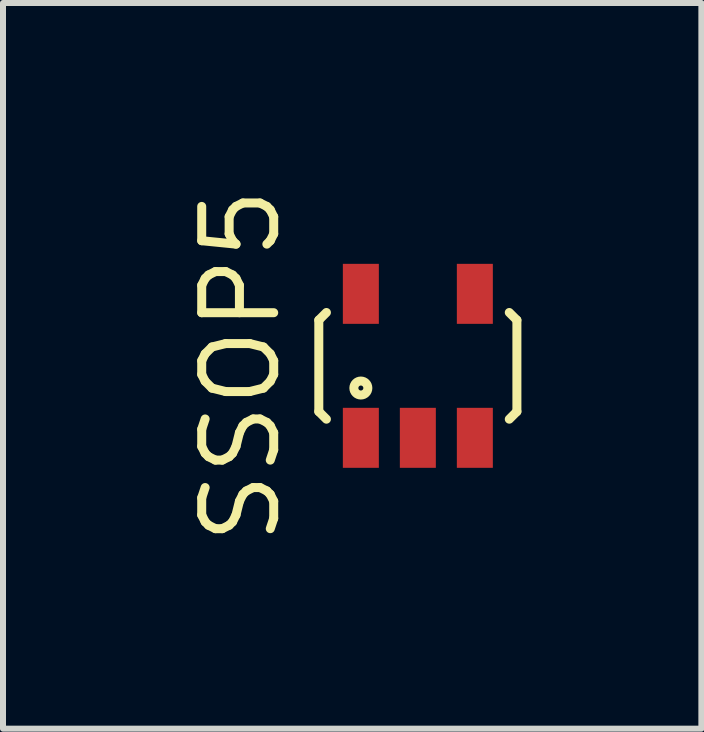
<source format=kicad_pcb>
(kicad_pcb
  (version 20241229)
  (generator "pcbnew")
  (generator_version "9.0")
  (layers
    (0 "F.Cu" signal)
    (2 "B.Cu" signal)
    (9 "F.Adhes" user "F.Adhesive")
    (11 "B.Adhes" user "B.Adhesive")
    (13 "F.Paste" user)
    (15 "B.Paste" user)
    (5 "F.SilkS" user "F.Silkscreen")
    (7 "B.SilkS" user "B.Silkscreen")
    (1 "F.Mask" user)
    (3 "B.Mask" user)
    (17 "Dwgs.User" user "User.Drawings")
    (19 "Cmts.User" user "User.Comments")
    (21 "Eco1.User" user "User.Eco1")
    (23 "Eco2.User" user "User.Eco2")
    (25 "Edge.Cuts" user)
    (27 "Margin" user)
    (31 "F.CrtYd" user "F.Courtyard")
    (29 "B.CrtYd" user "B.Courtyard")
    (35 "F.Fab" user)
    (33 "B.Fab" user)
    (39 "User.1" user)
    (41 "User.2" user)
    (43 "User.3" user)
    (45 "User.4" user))
  (footprint "SSOP5"
    (layer "F.Cu")
    (at 3.915 3.048)
    (property "Reference" "SSOP5" (at -2.95 0 90) (layer "F.SilkS") (effects (font (size 1.2 1.2) (thickness 0.15))))
    (attr smd)
    (fp_line (start -1.651 -0.762) (end -1.651 0.762) (stroke (width 0.15) (type solid)) (layer "F.SilkS"))
    (fp_line (start -1.651 0.762) (end -1.524 0.889) (stroke (width 0.15) (type solid)) (layer "F.SilkS"))
    (fp_line (start -1.524 -0.889) (end -1.651 -0.762) (stroke (width 0.15) (type solid)) (layer "F.SilkS"))
    (fp_line (start 1.524 -0.889) (end 1.651 -0.762) (stroke (width 0.15) (type solid)) (layer "F.SilkS"))
    (fp_line (start 1.651 -0.762) (end 1.651 0.762) (stroke (width 0.15) (type solid)) (layer "F.SilkS"))
    (fp_line (start 1.651 0.762) (end 1.524 0.889) (stroke (width 0.15) (type solid)) (layer "F.SilkS"))
    (fp_circle (center -0.95 0.37) (end -0.85 0.43) (stroke (width 0.15) (type solid)) (fill no) (layer "F.SilkS"))
    (pad "1" smd rect (at -0.95 1.2) (size 0.6 1) (layers "F.Cu" "F.Mask" "F.Paste"))
    (pad "2" smd rect (at 0 1.2) (size 0.6 1) (layers "F.Cu" "F.Mask" "F.Paste"))
    (pad "3" smd rect (at 0.95 1.2) (size 0.6 1) (layers "F.Cu" "F.Mask" "F.Paste"))
    (pad "4" smd rect (at 0.95 -1.2) (size 0.6 1) (layers "F.Cu" "F.Mask" "F.Paste"))
    (pad "5" smd rect (at -0.95 -1.2) (size 0.6 1) (layers "F.Cu" "F.Mask" "F.Paste")))
  (gr_rect
    (start -3 -3)
    (end 8.641 9.096)
    (stroke (width 0.1) (type default))
    (fill no)
    (layer "Edge.Cuts")))
</source>
